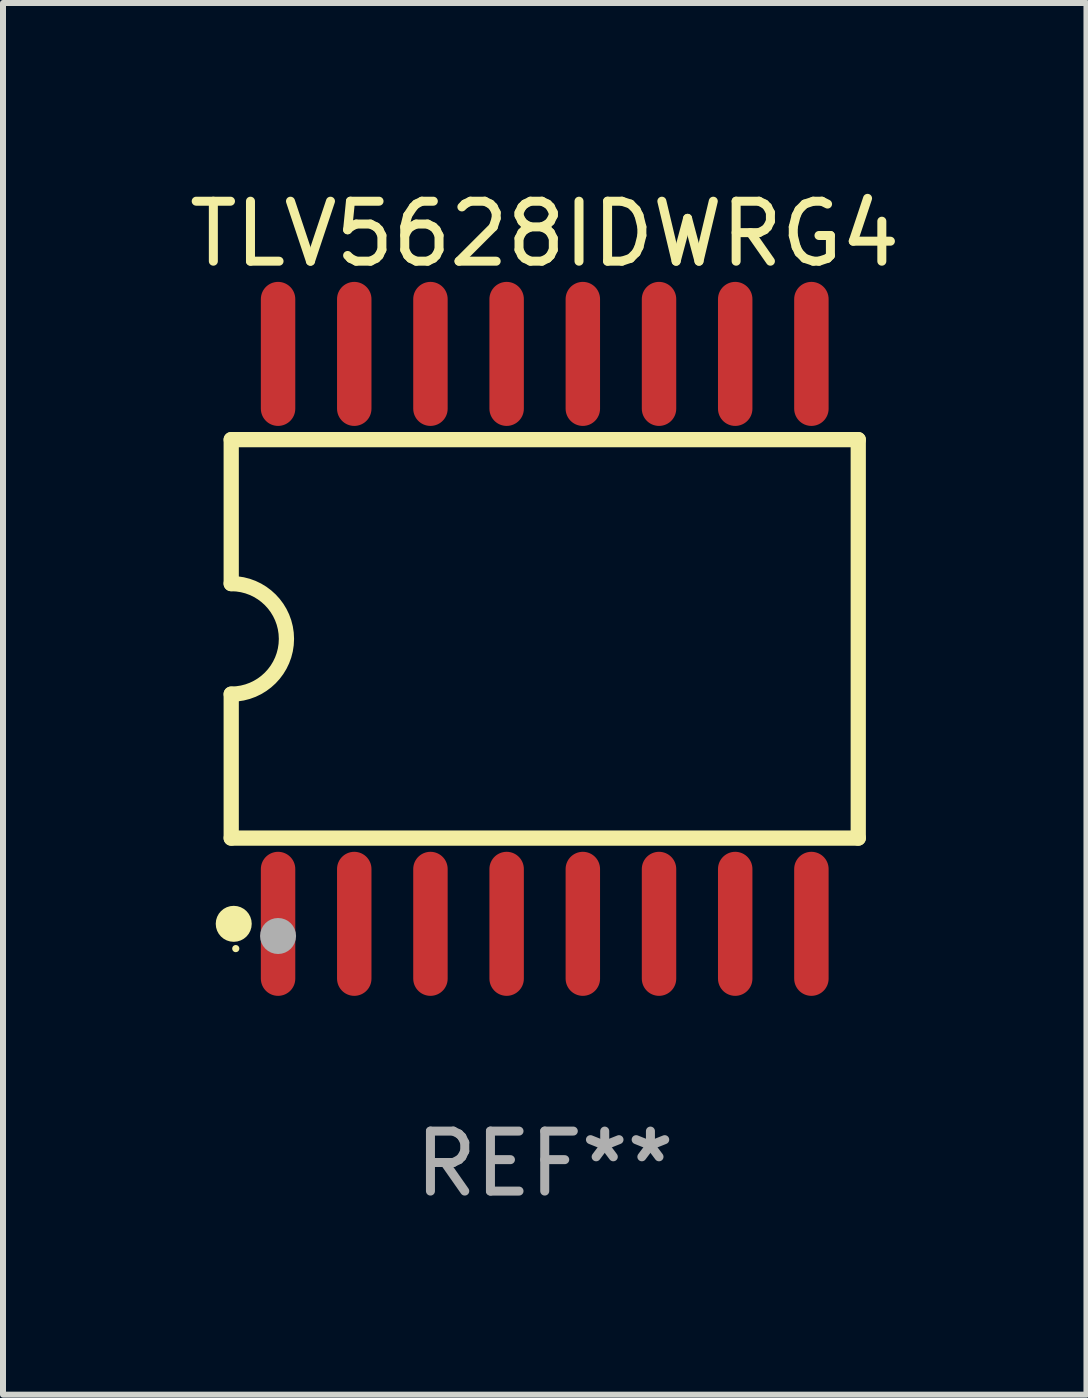
<source format=kicad_pcb>
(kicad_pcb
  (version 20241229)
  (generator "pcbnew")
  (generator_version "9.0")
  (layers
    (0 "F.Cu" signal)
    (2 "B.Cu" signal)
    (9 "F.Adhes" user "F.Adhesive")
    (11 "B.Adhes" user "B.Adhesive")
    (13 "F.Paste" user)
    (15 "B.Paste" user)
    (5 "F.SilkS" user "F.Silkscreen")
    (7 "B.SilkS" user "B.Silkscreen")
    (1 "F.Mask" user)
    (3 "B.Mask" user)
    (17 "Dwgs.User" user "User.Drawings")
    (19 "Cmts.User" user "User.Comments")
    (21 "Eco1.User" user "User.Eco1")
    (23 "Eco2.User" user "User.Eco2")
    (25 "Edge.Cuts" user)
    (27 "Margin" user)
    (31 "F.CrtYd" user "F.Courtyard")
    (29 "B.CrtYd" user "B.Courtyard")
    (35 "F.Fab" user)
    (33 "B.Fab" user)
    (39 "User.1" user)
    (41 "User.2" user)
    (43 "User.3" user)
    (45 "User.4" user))
  (footprint "TLV5628IDWRG4"
    (layer "F.Cu")
    (at 6.03 7.599)
    (property "Reference" "TLV5628IDWRG4" (at 0 -6.75 0) (layer "F.SilkS") (effects (font (size 1 1) (thickness 0.15))))
    (attr through_hole)
    (fp_line (start -5.226 -3.321) (end -5.226 -0.921) (stroke (width 0.254) (type solid)) (layer "F.SilkS"))
    (fp_line (start -5.226 -3.321) (end 5.226 -3.321) (stroke (width 0.254) (type solid)) (layer "F.SilkS"))
    (fp_line (start -5.226 3.321) (end -5.226 0.921) (stroke (width 0.254) (type solid)) (layer "F.SilkS"))
    (fp_line (start 5.226 -3.321) (end 5.226 3.321) (stroke (width 0.254) (type solid)) (layer "F.SilkS"))
    (fp_line (start 5.226 3.321) (end -5.226 3.321) (stroke (width 0.254) (type solid)) (layer "F.SilkS"))
    (fp_arc (start -5.226594 -0.920751) (mid -4.305538 0.000127) (end -5.226238 0.921361) (stroke (width 0.254001) (type solid)) (layer "F.SilkS"))
    (fp_circle (center -5.184 4.75) (end -5.034 4.75) (stroke (width 0.3) (type solid)) (fill no) (layer "F.SilkS"))
    (fp_circle (center -5.15 5.163) (end -5.12 5.163) (stroke (width 0.06) (type solid)) (fill no) (layer "F.SilkS"))
    (fp_circle (center -4.445 4.953) (end -4.295 4.953) (stroke (width 0.3) (type solid)) (fill no) (layer "F.Fab"))
    (fp_text user "REF**" (at 0 8.75 0) (layer "F.Fab") (effects (font (size 1 1) (thickness 0.15))))
    (pad "1" smd oval (at -4.445 4.75) (size 0.574 2.401) (layers "F.Cu" "F.Mask" "F.Paste"))
    (pad "2" smd oval (at -3.175 4.75) (size 0.574 2.401) (layers "F.Cu" "F.Mask" "F.Paste"))
    (pad "3" smd oval (at -1.905 4.75) (size 0.574 2.401) (layers "F.Cu" "F.Mask" "F.Paste"))
    (pad "4" smd oval (at -0.635 4.75) (size 0.574 2.401) (layers "F.Cu" "F.Mask" "F.Paste"))
    (pad "5" smd oval (at 0.635 4.75) (size 0.574 2.401) (layers "F.Cu" "F.Mask" "F.Paste"))
    (pad "6" smd oval (at 1.905 4.75) (size 0.574 2.401) (layers "F.Cu" "F.Mask" "F.Paste"))
    (pad "7" smd oval (at 3.175 4.75) (size 0.574 2.401) (layers "F.Cu" "F.Mask" "F.Paste"))
    (pad "8" smd oval (at 4.445 4.75) (size 0.574 2.401) (layers "F.Cu" "F.Mask" "F.Paste"))
    (pad "9" smd oval (at 4.445 -4.75) (size 0.574 2.401) (layers "F.Cu" "F.Mask" "F.Paste"))
    (pad "10" smd oval (at 3.175 -4.75) (size 0.574 2.401) (layers "F.Cu" "F.Mask" "F.Paste"))
    (pad "11" smd oval (at 1.905 -4.75) (size 0.574 2.401) (layers "F.Cu" "F.Mask" "F.Paste"))
    (pad "12" smd oval (at 0.635 -4.75) (size 0.574 2.401) (layers "F.Cu" "F.Mask" "F.Paste"))
    (pad "13" smd oval (at -0.635 -4.75) (size 0.574 2.401) (layers "F.Cu" "F.Mask" "F.Paste"))
    (pad "14" smd oval (at -1.905 -4.75) (size 0.574 2.401) (layers "F.Cu" "F.Mask" "F.Paste"))
    (pad "15" smd oval (at -3.175 -4.75) (size 0.574 2.401) (layers "F.Cu" "F.Mask" "F.Paste"))
    (pad "16" smd oval (at -4.445 -4.75) (size 0.574 2.401) (layers "F.Cu" "F.Mask" "F.Paste")))
  (gr_rect
    (start -3 -3)
    (end 15.06 20.197)
    (stroke (width 0.1) (type default))
    (fill no)
    (layer "Edge.Cuts")))
</source>
